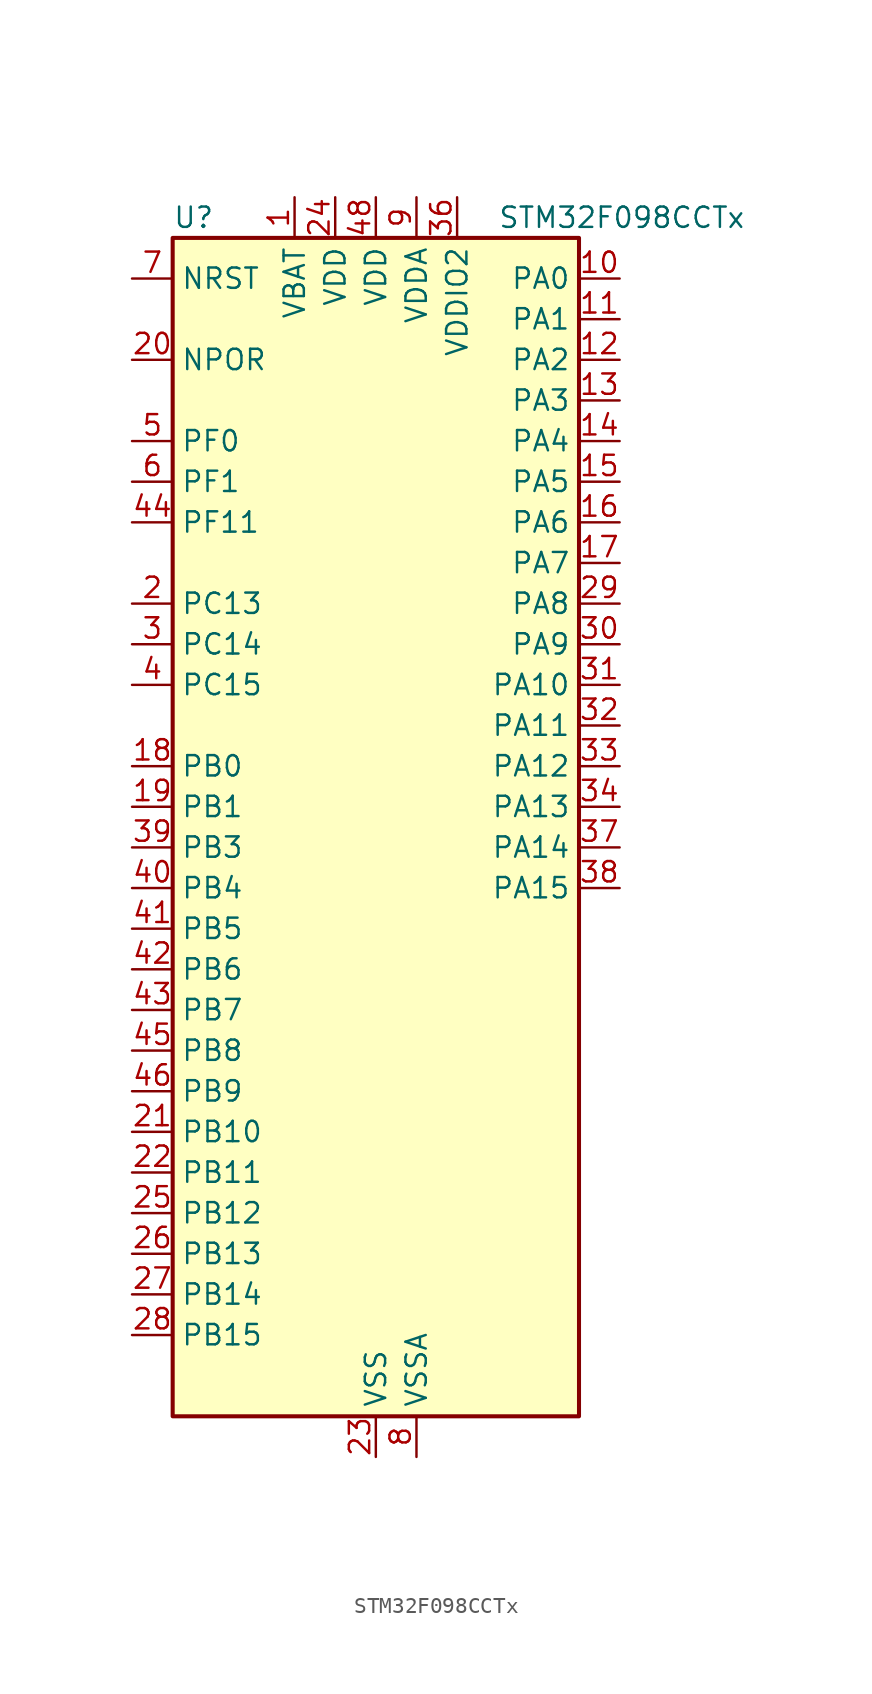
<source format=kicad_sym>
(kicad_symbol_lib
  (version 20231120)
  (generator "kicad_symbol_editor")
  (generator_version "8.0")
  (symbol "STM32F098CCTx"
    (property "Reference" "U"
      (at -12.7 39.37 0)
      (effects (font (size 1.27 1.27)) (justify left)))
    (property "Value" "STM32F098CCTx"
      (at 7.62 39.37 0)
      (effects (font (size 1.27 1.27)) (justify left)))
    (property "ki_locked" ""
      (at 0 0 0)
      (effects (font (size 1.27 1.27))))
    (symbol "STM32F098CCTx_0_1"
      (rectangle (start -12.7 -35.56) (end 12.7 38.1) (stroke (width 0.254) (type default)) (fill (type background))))
    (symbol "STM32F098CCTx_1_1"
      (pin power_in line (at -5.08 40.64 270) (length 2.54) (name "VBAT" (effects (font (size 1.27 1.27)))) (number "1" (effects (font (size 1.27 1.27)))))
      (pin bidirectional line (at 15.24 35.56 180) (length 2.54) (name "PA0" (effects (font (size 1.27 1.27)))) (number "10" (effects (font (size 1.27 1.27)))) (alternate "ADC_IN0" bidirectional line) (alternate "COMP1_INM" bidirectional line) (alternate "COMP1_OUT" bidirectional line) (alternate "RTC_TAMP2" bidirectional line) (alternate "SYS_WKUP1" bidirectional line) (alternate "TIM2_CH1" bidirectional line) (alternate "TIM2_ETR" bidirectional line) (alternate "TSC_G1_IO1" bidirectional line) (alternate "USART2_CTS" bidirectional line) (alternate "USART4_TX" bidirectional line))
      (pin bidirectional line (at 15.24 33.02 180) (length 2.54) (name "PA1" (effects (font (size 1.27 1.27)))) (number "11" (effects (font (size 1.27 1.27)))) (alternate "ADC_IN1" bidirectional line) (alternate "COMP1_INP" bidirectional line) (alternate "TIM15_CH1N" bidirectional line) (alternate "TIM2_CH2" bidirectional line) (alternate "TSC_G1_IO2" bidirectional line) (alternate "USART2_DE" bidirectional line) (alternate "USART2_RTS" bidirectional line) (alternate "USART4_RX" bidirectional line))
      (pin bidirectional line (at 15.24 30.48 180) (length 2.54) (name "PA2" (effects (font (size 1.27 1.27)))) (number "12" (effects (font (size 1.27 1.27)))) (alternate "ADC_IN2" bidirectional line) (alternate "COMP2_INM" bidirectional line) (alternate "COMP2_OUT" bidirectional line) (alternate "SYS_WKUP4" bidirectional line) (alternate "TIM15_CH1" bidirectional line) (alternate "TIM2_CH3" bidirectional line) (alternate "TSC_G1_IO3" bidirectional line) (alternate "USART2_TX" bidirectional line))
      (pin bidirectional line (at 15.24 27.94 180) (length 2.54) (name "PA3" (effects (font (size 1.27 1.27)))) (number "13" (effects (font (size 1.27 1.27)))) (alternate "ADC_IN3" bidirectional line) (alternate "COMP2_INP" bidirectional line) (alternate "TIM15_CH2" bidirectional line) (alternate "TIM2_CH4" bidirectional line) (alternate "TSC_G1_IO4" bidirectional line) (alternate "USART2_RX" bidirectional line))
      (pin bidirectional line (at 15.24 25.4 180) (length 2.54) (name "PA4" (effects (font (size 1.27 1.27)))) (number "14" (effects (font (size 1.27 1.27)))) (alternate "ADC_IN4" bidirectional line) (alternate "COMP1_INM" bidirectional line) (alternate "COMP2_INM" bidirectional line) (alternate "DAC_OUT1" bidirectional line) (alternate "I2S1_WS" bidirectional line) (alternate "SPI1_NSS" bidirectional line) (alternate "TIM14_CH1" bidirectional line) (alternate "TSC_G2_IO1" bidirectional line) (alternate "USART2_CK" bidirectional line) (alternate "USART6_TX" bidirectional line))
      (pin bidirectional line (at 15.24 22.86 180) (length 2.54) (name "PA5" (effects (font (size 1.27 1.27)))) (number "15" (effects (font (size 1.27 1.27)))) (alternate "ADC_IN5" bidirectional line) (alternate "CEC" bidirectional line) (alternate "COMP1_INM" bidirectional line) (alternate "COMP2_INM" bidirectional line) (alternate "DAC_OUT2" bidirectional line) (alternate "I2S1_CK" bidirectional line) (alternate "SPI1_SCK" bidirectional line) (alternate "TIM2_CH1" bidirectional line) (alternate "TIM2_ETR" bidirectional line) (alternate "TSC_G2_IO2" bidirectional line) (alternate "USART6_RX" bidirectional line))
      (pin bidirectional line (at 15.24 20.32 180) (length 2.54) (name "PA6" (effects (font (size 1.27 1.27)))) (number "16" (effects (font (size 1.27 1.27)))) (alternate "ADC_IN6" bidirectional line) (alternate "COMP1_OUT" bidirectional line) (alternate "I2S1_MCK" bidirectional line) (alternate "SPI1_MISO" bidirectional line) (alternate "TIM16_CH1" bidirectional line) (alternate "TIM1_BKIN" bidirectional line) (alternate "TIM3_CH1" bidirectional line) (alternate "TSC_G2_IO3" bidirectional line) (alternate "USART3_CTS" bidirectional line))
      (pin bidirectional line (at 15.24 17.78 180) (length 2.54) (name "PA7" (effects (font (size 1.27 1.27)))) (number "17" (effects (font (size 1.27 1.27)))) (alternate "ADC_IN7" bidirectional line) (alternate "COMP2_OUT" bidirectional line) (alternate "I2S1_SD" bidirectional line) (alternate "SPI1_MOSI" bidirectional line) (alternate "TIM14_CH1" bidirectional line) (alternate "TIM17_CH1" bidirectional line) (alternate "TIM1_CH1N" bidirectional line) (alternate "TIM3_CH2" bidirectional line) (alternate "TSC_G2_IO4" bidirectional line))
      (pin bidirectional line (at -15.24 5.08 0) (length 2.54) (name "PB0" (effects (font (size 1.27 1.27)))) (number "18" (effects (font (size 1.27 1.27)))) (alternate "ADC_IN8" bidirectional line) (alternate "TIM1_CH2N" bidirectional line) (alternate "TIM3_CH3" bidirectional line) (alternate "TSC_G3_IO2" bidirectional line) (alternate "USART3_CK" bidirectional line))
      (pin bidirectional line (at -15.24 2.54 0) (length 2.54) (name "PB1" (effects (font (size 1.27 1.27)))) (number "19" (effects (font (size 1.27 1.27)))) (alternate "ADC_IN9" bidirectional line) (alternate "TIM14_CH1" bidirectional line) (alternate "TIM1_CH3N" bidirectional line) (alternate "TIM3_CH4" bidirectional line) (alternate "TSC_G3_IO3" bidirectional line) (alternate "USART3_DE" bidirectional line) (alternate "USART3_RTS" bidirectional line))
      (pin bidirectional line (at -15.24 15.24 0) (length 2.54) (name "PC13" (effects (font (size 1.27 1.27)))) (number "2" (effects (font (size 1.27 1.27)))) (alternate "RTC_OUT_ALARM" bidirectional line) (alternate "RTC_OUT_CALIB" bidirectional line) (alternate "RTC_TAMP1" bidirectional line) (alternate "RTC_TS" bidirectional line) (alternate "SYS_WKUP2" bidirectional line))
      (pin input line (at -15.24 30.48 0) (length 2.54) (name "NPOR" (effects (font (size 1.27 1.27)))) (number "20" (effects (font (size 1.27 1.27)))))
      (pin bidirectional line (at -15.24 -17.78 0) (length 2.54) (name "PB10" (effects (font (size 1.27 1.27)))) (number "21" (effects (font (size 1.27 1.27)))) (alternate "CEC" bidirectional line) (alternate "I2C2_SCL" bidirectional line) (alternate "I2S2_CK" bidirectional line) (alternate "SPI2_SCK" bidirectional line) (alternate "TIM2_CH3" bidirectional line) (alternate "TSC_SYNC" bidirectional line) (alternate "USART3_TX" bidirectional line))
      (pin bidirectional line (at -15.24 -20.32 0) (length 2.54) (name "PB11" (effects (font (size 1.27 1.27)))) (number "22" (effects (font (size 1.27 1.27)))) (alternate "I2C2_SDA" bidirectional line) (alternate "TIM2_CH4" bidirectional line) (alternate "TSC_G6_IO1" bidirectional line) (alternate "USART3_RX" bidirectional line))
      (pin power_in line (at 0 -38.1 90) (length 2.54) (name "VSS" (effects (font (size 1.27 1.27)))) (number "23" (effects (font (size 1.27 1.27)))))
      (pin power_in line (at -2.54 40.64 270) (length 2.54) (name "VDD" (effects (font (size 1.27 1.27)))) (number "24" (effects (font (size 1.27 1.27)))))
      (pin bidirectional line (at -15.24 -22.86 0) (length 2.54) (name "PB12" (effects (font (size 1.27 1.27)))) (number "25" (effects (font (size 1.27 1.27)))) (alternate "I2S2_WS" bidirectional line) (alternate "SPI2_NSS" bidirectional line) (alternate "TIM15_BKIN" bidirectional line) (alternate "TIM1_BKIN" bidirectional line) (alternate "TSC_G6_IO2" bidirectional line) (alternate "USART3_CK" bidirectional line))
      (pin bidirectional line (at -15.24 -25.4 0) (length 2.54) (name "PB13" (effects (font (size 1.27 1.27)))) (number "26" (effects (font (size 1.27 1.27)))) (alternate "I2C2_SCL" bidirectional line) (alternate "I2S2_CK" bidirectional line) (alternate "SPI2_SCK" bidirectional line) (alternate "TIM1_CH1N" bidirectional line) (alternate "TSC_G6_IO3" bidirectional line) (alternate "USART3_CTS" bidirectional line))
      (pin bidirectional line (at -15.24 -27.94 0) (length 2.54) (name "PB14" (effects (font (size 1.27 1.27)))) (number "27" (effects (font (size 1.27 1.27)))) (alternate "I2C2_SDA" bidirectional line) (alternate "I2S2_MCK" bidirectional line) (alternate "SPI2_MISO" bidirectional line) (alternate "TIM15_CH1" bidirectional line) (alternate "TIM1_CH2N" bidirectional line) (alternate "TSC_G6_IO4" bidirectional line) (alternate "USART3_DE" bidirectional line) (alternate "USART3_RTS" bidirectional line))
      (pin bidirectional line (at -15.24 -30.48 0) (length 2.54) (name "PB15" (effects (font (size 1.27 1.27)))) (number "28" (effects (font (size 1.27 1.27)))) (alternate "I2S2_SD" bidirectional line) (alternate "RTC_REFIN" bidirectional line) (alternate "SPI2_MOSI" bidirectional line) (alternate "SYS_WKUP7" bidirectional line) (alternate "TIM15_CH1N" bidirectional line) (alternate "TIM15_CH2" bidirectional line) (alternate "TIM1_CH3N" bidirectional line))
      (pin bidirectional line (at 15.24 15.24 180) (length 2.54) (name "PA8" (effects (font (size 1.27 1.27)))) (number "29" (effects (font (size 1.27 1.27)))) (alternate "CRS_SYNC" bidirectional line) (alternate "RCC_MCO" bidirectional line) (alternate "TIM1_CH1" bidirectional line) (alternate "USART1_CK" bidirectional line))
      (pin bidirectional line (at -15.24 12.7 0) (length 2.54) (name "PC14" (effects (font (size 1.27 1.27)))) (number "3" (effects (font (size 1.27 1.27)))) (alternate "RCC_OSC32_IN" bidirectional line))
      (pin bidirectional line (at 15.24 12.7 180) (length 2.54) (name "PA9" (effects (font (size 1.27 1.27)))) (number "30" (effects (font (size 1.27 1.27)))) (alternate "DAC_EXTI9" bidirectional line) (alternate "I2C1_SCL" bidirectional line) (alternate "RCC_MCO" bidirectional line) (alternate "TIM15_BKIN" bidirectional line) (alternate "TIM1_CH2" bidirectional line) (alternate "TSC_G4_IO1" bidirectional line) (alternate "USART1_TX" bidirectional line))
      (pin bidirectional line (at 15.24 10.16 180) (length 2.54) (name "PA10" (effects (font (size 1.27 1.27)))) (number "31" (effects (font (size 1.27 1.27)))) (alternate "I2C1_SDA" bidirectional line) (alternate "TIM17_BKIN" bidirectional line) (alternate "TIM1_CH3" bidirectional line) (alternate "TSC_G4_IO2" bidirectional line) (alternate "USART1_RX" bidirectional line))
      (pin bidirectional line (at 15.24 7.62 180) (length 2.54) (name "PA11" (effects (font (size 1.27 1.27)))) (number "32" (effects (font (size 1.27 1.27)))) (alternate "CAN_RX" bidirectional line) (alternate "COMP1_OUT" bidirectional line) (alternate "I2C2_SCL" bidirectional line) (alternate "TIM1_CH4" bidirectional line) (alternate "TSC_G4_IO3" bidirectional line) (alternate "USART1_CTS" bidirectional line))
      (pin bidirectional line (at 15.24 5.08 180) (length 2.54) (name "PA12" (effects (font (size 1.27 1.27)))) (number "33" (effects (font (size 1.27 1.27)))) (alternate "CAN_TX" bidirectional line) (alternate "COMP2_OUT" bidirectional line) (alternate "I2C2_SDA" bidirectional line) (alternate "TIM1_ETR" bidirectional line) (alternate "TSC_G4_IO4" bidirectional line) (alternate "USART1_DE" bidirectional line) (alternate "USART1_RTS" bidirectional line))
      (pin bidirectional line (at 15.24 2.54 180) (length 2.54) (name "PA13" (effects (font (size 1.27 1.27)))) (number "34" (effects (font (size 1.27 1.27)))) (alternate "IR_OUT" bidirectional line) (alternate "SYS_SWDIO" bidirectional line))
      (pin passive line (at 0 -38.1 90) (length 2.54) hide (name "VSS" (effects (font (size 1.27 1.27)))) (number "35" (effects (font (size 1.27 1.27)))))
      (pin power_in line (at 5.08 40.64 270) (length 2.54) (name "VDDIO2" (effects (font (size 1.27 1.27)))) (number "36" (effects (font (size 1.27 1.27)))))
      (pin bidirectional line (at 15.24 0 180) (length 2.54) (name "PA14" (effects (font (size 1.27 1.27)))) (number "37" (effects (font (size 1.27 1.27)))) (alternate "SYS_SWCLK" bidirectional line) (alternate "USART2_TX" bidirectional line))
      (pin bidirectional line (at 15.24 -2.54 180) (length 2.54) (name "PA15" (effects (font (size 1.27 1.27)))) (number "38" (effects (font (size 1.27 1.27)))) (alternate "I2S1_WS" bidirectional line) (alternate "SPI1_NSS" bidirectional line) (alternate "TIM2_CH1" bidirectional line) (alternate "TIM2_ETR" bidirectional line) (alternate "USART2_RX" bidirectional line) (alternate "USART4_DE" bidirectional line) (alternate "USART4_RTS" bidirectional line))
      (pin bidirectional line (at -15.24 0 0) (length 2.54) (name "PB3" (effects (font (size 1.27 1.27)))) (number "39" (effects (font (size 1.27 1.27)))) (alternate "I2S1_CK" bidirectional line) (alternate "SPI1_SCK" bidirectional line) (alternate "TIM2_CH2" bidirectional line) (alternate "TSC_G5_IO1" bidirectional line) (alternate "USART5_TX" bidirectional line))
      (pin bidirectional line (at -15.24 10.16 0) (length 2.54) (name "PC15" (effects (font (size 1.27 1.27)))) (number "4" (effects (font (size 1.27 1.27)))) (alternate "RCC_OSC32_OUT" bidirectional line))
      (pin bidirectional line (at -15.24 -2.54 0) (length 2.54) (name "PB4" (effects (font (size 1.27 1.27)))) (number "40" (effects (font (size 1.27 1.27)))) (alternate "I2S1_MCK" bidirectional line) (alternate "SPI1_MISO" bidirectional line) (alternate "TIM17_BKIN" bidirectional line) (alternate "TIM3_CH1" bidirectional line) (alternate "TSC_G5_IO2" bidirectional line) (alternate "USART5_RX" bidirectional line))
      (pin bidirectional line (at -15.24 -5.08 0) (length 2.54) (name "PB5" (effects (font (size 1.27 1.27)))) (number "41" (effects (font (size 1.27 1.27)))) (alternate "I2C1_SMBA" bidirectional line) (alternate "I2S1_SD" bidirectional line) (alternate "SPI1_MOSI" bidirectional line) (alternate "SYS_WKUP6" bidirectional line) (alternate "TIM16_BKIN" bidirectional line) (alternate "TIM3_CH2" bidirectional line) (alternate "USART5_CK" bidirectional line) (alternate "USART5_DE" bidirectional line) (alternate "USART5_RTS" bidirectional line))
      (pin bidirectional line (at -15.24 -7.62 0) (length 2.54) (name "PB6" (effects (font (size 1.27 1.27)))) (number "42" (effects (font (size 1.27 1.27)))) (alternate "I2C1_SCL" bidirectional line) (alternate "TIM16_CH1N" bidirectional line) (alternate "TSC_G5_IO3" bidirectional line) (alternate "USART1_TX" bidirectional line))
      (pin bidirectional line (at -15.24 -10.16 0) (length 2.54) (name "PB7" (effects (font (size 1.27 1.27)))) (number "43" (effects (font (size 1.27 1.27)))) (alternate "I2C1_SDA" bidirectional line) (alternate "TIM17_CH1N" bidirectional line) (alternate "TSC_G5_IO4" bidirectional line) (alternate "USART1_RX" bidirectional line) (alternate "USART4_CTS" bidirectional line))
      (pin bidirectional line (at -15.24 20.32 0) (length 2.54) (name "PF11" (effects (font (size 1.27 1.27)))) (number "44" (effects (font (size 1.27 1.27)))))
      (pin bidirectional line (at -15.24 -12.7 0) (length 2.54) (name "PB8" (effects (font (size 1.27 1.27)))) (number "45" (effects (font (size 1.27 1.27)))) (alternate "CAN_RX" bidirectional line) (alternate "CEC" bidirectional line) (alternate "I2C1_SCL" bidirectional line) (alternate "TIM16_CH1" bidirectional line) (alternate "TSC_SYNC" bidirectional line))
      (pin bidirectional line (at -15.24 -15.24 0) (length 2.54) (name "PB9" (effects (font (size 1.27 1.27)))) (number "46" (effects (font (size 1.27 1.27)))) (alternate "CAN_TX" bidirectional line) (alternate "DAC_EXTI9" bidirectional line) (alternate "I2C1_SDA" bidirectional line) (alternate "I2S2_WS" bidirectional line) (alternate "IR_OUT" bidirectional line) (alternate "SPI2_NSS" bidirectional line) (alternate "TIM17_CH1" bidirectional line))
      (pin passive line (at 0 -38.1 90) (length 2.54) hide (name "VSS" (effects (font (size 1.27 1.27)))) (number "47" (effects (font (size 1.27 1.27)))))
      (pin power_in line (at 0 40.64 270) (length 2.54) (name "VDD" (effects (font (size 1.27 1.27)))) (number "48" (effects (font (size 1.27 1.27)))))
      (pin bidirectional line (at -15.24 25.4 0) (length 2.54) (name "PF0" (effects (font (size 1.27 1.27)))) (number "5" (effects (font (size 1.27 1.27)))) (alternate "CRS_SYNC" bidirectional line) (alternate "I2C1_SDA" bidirectional line) (alternate "RCC_OSC_IN" bidirectional line))
      (pin bidirectional line (at -15.24 22.86 0) (length 2.54) (name "PF1" (effects (font (size 1.27 1.27)))) (number "6" (effects (font (size 1.27 1.27)))) (alternate "I2C1_SCL" bidirectional line) (alternate "RCC_OSC_OUT" bidirectional line))
      (pin input line (at -15.24 35.56 0) (length 2.54) (name "NRST" (effects (font (size 1.27 1.27)))) (number "7" (effects (font (size 1.27 1.27)))))
      (pin power_in line (at 2.54 -38.1 90) (length 2.54) (name "VSSA" (effects (font (size 1.27 1.27)))) (number "8" (effects (font (size 1.27 1.27)))))
      (pin power_in line (at 2.54 40.64 270) (length 2.54) (name "VDDA" (effects (font (size 1.27 1.27)))) (number "9" (effects (font (size 1.27 1.27))))))))
</source>
